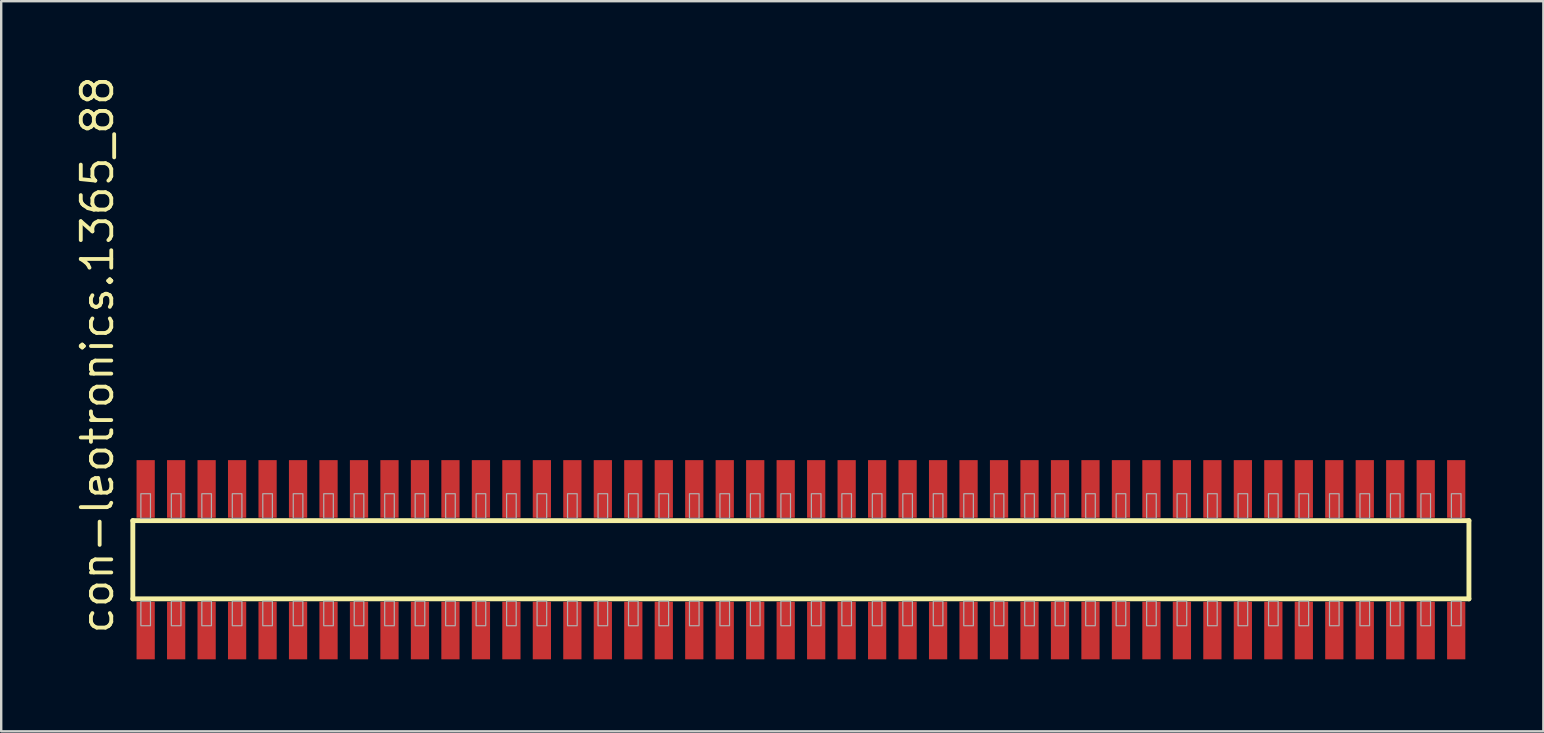
<source format=kicad_pcb>
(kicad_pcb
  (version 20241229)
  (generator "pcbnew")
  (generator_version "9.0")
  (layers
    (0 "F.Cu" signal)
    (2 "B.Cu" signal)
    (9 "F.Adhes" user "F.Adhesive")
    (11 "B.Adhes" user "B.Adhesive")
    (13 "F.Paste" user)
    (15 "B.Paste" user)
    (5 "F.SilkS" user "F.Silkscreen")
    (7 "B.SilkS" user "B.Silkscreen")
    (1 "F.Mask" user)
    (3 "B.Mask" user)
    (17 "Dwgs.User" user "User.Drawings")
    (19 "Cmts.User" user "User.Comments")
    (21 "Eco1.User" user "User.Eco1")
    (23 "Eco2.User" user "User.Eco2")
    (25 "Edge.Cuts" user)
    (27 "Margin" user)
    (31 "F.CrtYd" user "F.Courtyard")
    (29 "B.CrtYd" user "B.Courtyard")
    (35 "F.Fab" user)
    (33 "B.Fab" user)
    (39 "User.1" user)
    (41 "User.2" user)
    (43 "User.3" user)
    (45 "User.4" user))
  (footprint "con-leotronics.1365_88"
    (layer "F.Cu")
    (at 30.325 20.274)
    (property "Reference" "con-leotronics.1365_88" (at -28.575 3.175 90) (layer "F.SilkS") (effects (font (size 1.27 1.27) (thickness 0.16)) (justify left bottom)))
    (attr smd)
    (fp_line (start -27.84 -1.63) (end 27.835 -1.63) (stroke (width 0.203) (type default)) (layer "F.SilkS"))
    (fp_line (start -27.84 1.63) (end -27.84 -1.63) (stroke (width 0.203) (type default)) (layer "F.SilkS"))
    (fp_line (start 27.835 -1.63) (end 27.835 1.63) (stroke (width 0.203) (type default)) (layer "F.SilkS"))
    (fp_line (start 27.835 1.63) (end -27.84 1.63) (stroke (width 0.203) (type default)) (layer "F.SilkS"))
    (fp_rect (start -27.505 -1.725) (end -27.105 -2.75) (stroke (width 0.05) (type default)) (fill no) (layer "F.Fab"))
    (fp_rect (start -27.505 2.75) (end -27.105 1.725) (stroke (width 0.05) (type default)) (fill no) (layer "F.Fab"))
    (fp_rect (start -26.235 -1.725) (end -25.835 -2.75) (stroke (width 0.05) (type default)) (fill no) (layer "F.Fab"))
    (fp_rect (start -26.235 2.75) (end -25.835 1.725) (stroke (width 0.05) (type default)) (fill no) (layer "F.Fab"))
    (fp_rect (start -24.965 -1.725) (end -24.565 -2.75) (stroke (width 0.05) (type default)) (fill no) (layer "F.Fab"))
    (fp_rect (start -24.965 2.75) (end -24.565 1.725) (stroke (width 0.05) (type default)) (fill no) (layer "F.Fab"))
    (fp_rect (start -23.695 -1.725) (end -23.295 -2.75) (stroke (width 0.05) (type default)) (fill no) (layer "F.Fab"))
    (fp_rect (start -23.695 2.75) (end -23.295 1.725) (stroke (width 0.05) (type default)) (fill no) (layer "F.Fab"))
    (fp_rect (start -22.425 -1.725) (end -22.025 -2.75) (stroke (width 0.05) (type default)) (fill no) (layer "F.Fab"))
    (fp_rect (start -22.425 2.75) (end -22.025 1.725) (stroke (width 0.05) (type default)) (fill no) (layer "F.Fab"))
    (fp_rect (start -21.155 -1.725) (end -20.755 -2.75) (stroke (width 0.05) (type default)) (fill no) (layer "F.Fab"))
    (fp_rect (start -21.155 2.75) (end -20.755 1.725) (stroke (width 0.05) (type default)) (fill no) (layer "F.Fab"))
    (fp_rect (start -19.885 -1.725) (end -19.485 -2.75) (stroke (width 0.05) (type default)) (fill no) (layer "F.Fab"))
    (fp_rect (start -19.885 2.75) (end -19.485 1.725) (stroke (width 0.05) (type default)) (fill no) (layer "F.Fab"))
    (fp_rect (start -18.615 -1.725) (end -18.215 -2.75) (stroke (width 0.05) (type default)) (fill no) (layer "F.Fab"))
    (fp_rect (start -18.615 2.75) (end -18.215 1.725) (stroke (width 0.05) (type default)) (fill no) (layer "F.Fab"))
    (fp_rect (start -17.345 -1.725) (end -16.945 -2.75) (stroke (width 0.05) (type default)) (fill no) (layer "F.Fab"))
    (fp_rect (start -17.345 2.75) (end -16.945 1.725) (stroke (width 0.05) (type default)) (fill no) (layer "F.Fab"))
    (fp_rect (start -16.075 -1.725) (end -15.675 -2.75) (stroke (width 0.05) (type default)) (fill no) (layer "F.Fab"))
    (fp_rect (start -16.075 2.75) (end -15.675 1.725) (stroke (width 0.05) (type default)) (fill no) (layer "F.Fab"))
    (fp_rect (start -14.805 -1.725) (end -14.405 -2.75) (stroke (width 0.05) (type default)) (fill no) (layer "F.Fab"))
    (fp_rect (start -14.805 2.75) (end -14.405 1.725) (stroke (width 0.05) (type default)) (fill no) (layer "F.Fab"))
    (fp_rect (start -13.535 -1.725) (end -13.135 -2.75) (stroke (width 0.05) (type default)) (fill no) (layer "F.Fab"))
    (fp_rect (start -13.535 2.75) (end -13.135 1.725) (stroke (width 0.05) (type default)) (fill no) (layer "F.Fab"))
    (fp_rect (start -12.265 -1.725) (end -11.865 -2.75) (stroke (width 0.05) (type default)) (fill no) (layer "F.Fab"))
    (fp_rect (start -12.265 2.75) (end -11.865 1.725) (stroke (width 0.05) (type default)) (fill no) (layer "F.Fab"))
    (fp_rect (start -10.995 -1.725) (end -10.595 -2.75) (stroke (width 0.05) (type default)) (fill no) (layer "F.Fab"))
    (fp_rect (start -10.995 2.75) (end -10.595 1.725) (stroke (width 0.05) (type default)) (fill no) (layer "F.Fab"))
    (fp_rect (start -9.725 -1.725) (end -9.325 -2.75) (stroke (width 0.05) (type default)) (fill no) (layer "F.Fab"))
    (fp_rect (start -9.725 2.75) (end -9.325 1.725) (stroke (width 0.05) (type default)) (fill no) (layer "F.Fab"))
    (fp_rect (start -8.455 -1.725) (end -8.055 -2.75) (stroke (width 0.05) (type default)) (fill no) (layer "F.Fab"))
    (fp_rect (start -8.455 2.75) (end -8.055 1.725) (stroke (width 0.05) (type default)) (fill no) (layer "F.Fab"))
    (fp_rect (start -7.185 -1.725) (end -6.785 -2.75) (stroke (width 0.05) (type default)) (fill no) (layer "F.Fab"))
    (fp_rect (start -7.185 2.75) (end -6.785 1.725) (stroke (width 0.05) (type default)) (fill no) (layer "F.Fab"))
    (fp_rect (start -5.915 -1.725) (end -5.515 -2.75) (stroke (width 0.05) (type default)) (fill no) (layer "F.Fab"))
    (fp_rect (start -5.915 2.75) (end -5.515 1.725) (stroke (width 0.05) (type default)) (fill no) (layer "F.Fab"))
    (fp_rect (start -4.645 -1.725) (end -4.245 -2.75) (stroke (width 0.05) (type default)) (fill no) (layer "F.Fab"))
    (fp_rect (start -4.645 2.75) (end -4.245 1.725) (stroke (width 0.05) (type default)) (fill no) (layer "F.Fab"))
    (fp_rect (start -3.375 -1.725) (end -2.975 -2.75) (stroke (width 0.05) (type default)) (fill no) (layer "F.Fab"))
    (fp_rect (start -3.375 2.75) (end -2.975 1.725) (stroke (width 0.05) (type default)) (fill no) (layer "F.Fab"))
    (fp_rect (start -2.105 -1.725) (end -1.705 -2.75) (stroke (width 0.05) (type default)) (fill no) (layer "F.Fab"))
    (fp_rect (start -2.105 2.75) (end -1.705 1.725) (stroke (width 0.05) (type default)) (fill no) (layer "F.Fab"))
    (fp_rect (start -0.835 -1.725) (end -0.435 -2.75) (stroke (width 0.05) (type default)) (fill no) (layer "F.Fab"))
    (fp_rect (start -0.835 2.75) (end -0.435 1.725) (stroke (width 0.05) (type default)) (fill no) (layer "F.Fab"))
    (fp_rect (start 0.435 -1.725) (end 0.835 -2.75) (stroke (width 0.05) (type default)) (fill no) (layer "F.Fab"))
    (fp_rect (start 0.435 2.75) (end 0.835 1.725) (stroke (width 0.05) (type default)) (fill no) (layer "F.Fab"))
    (fp_rect (start 1.705 -1.725) (end 2.105 -2.75) (stroke (width 0.05) (type default)) (fill no) (layer "F.Fab"))
    (fp_rect (start 1.705 2.75) (end 2.105 1.725) (stroke (width 0.05) (type default)) (fill no) (layer "F.Fab"))
    (fp_rect (start 2.975 -1.725) (end 3.375 -2.75) (stroke (width 0.05) (type default)) (fill no) (layer "F.Fab"))
    (fp_rect (start 2.975 2.75) (end 3.375 1.725) (stroke (width 0.05) (type default)) (fill no) (layer "F.Fab"))
    (fp_rect (start 4.245 -1.725) (end 4.645 -2.75) (stroke (width 0.05) (type default)) (fill no) (layer "F.Fab"))
    (fp_rect (start 4.245 2.75) (end 4.645 1.725) (stroke (width 0.05) (type default)) (fill no) (layer "F.Fab"))
    (fp_rect (start 5.515 -1.725) (end 5.915 -2.75) (stroke (width 0.05) (type default)) (fill no) (layer "F.Fab"))
    (fp_rect (start 5.515 2.75) (end 5.915 1.725) (stroke (width 0.05) (type default)) (fill no) (layer "F.Fab"))
    (fp_rect (start 6.785 -1.725) (end 7.185 -2.75) (stroke (width 0.05) (type default)) (fill no) (layer "F.Fab"))
    (fp_rect (start 6.785 2.75) (end 7.185 1.725) (stroke (width 0.05) (type default)) (fill no) (layer "F.Fab"))
    (fp_rect (start 8.055 -1.725) (end 8.455 -2.75) (stroke (width 0.05) (type default)) (fill no) (layer "F.Fab"))
    (fp_rect (start 8.055 2.75) (end 8.455 1.725) (stroke (width 0.05) (type default)) (fill no) (layer "F.Fab"))
    (fp_rect (start 9.325 -1.725) (end 9.725 -2.75) (stroke (width 0.05) (type default)) (fill no) (layer "F.Fab"))
    (fp_rect (start 9.325 2.75) (end 9.725 1.725) (stroke (width 0.05) (type default)) (fill no) (layer "F.Fab"))
    (fp_rect (start 10.595 -1.725) (end 10.995 -2.75) (stroke (width 0.05) (type default)) (fill no) (layer "F.Fab"))
    (fp_rect (start 10.595 2.75) (end 10.995 1.725) (stroke (width 0.05) (type default)) (fill no) (layer "F.Fab"))
    (fp_rect (start 11.865 -1.725) (end 12.265 -2.75) (stroke (width 0.05) (type default)) (fill no) (layer "F.Fab"))
    (fp_rect (start 11.865 2.75) (end 12.265 1.725) (stroke (width 0.05) (type default)) (fill no) (layer "F.Fab"))
    (fp_rect (start 13.135 -1.725) (end 13.535 -2.75) (stroke (width 0.05) (type default)) (fill no) (layer "F.Fab"))
    (fp_rect (start 13.135 2.75) (end 13.535 1.725) (stroke (width 0.05) (type default)) (fill no) (layer "F.Fab"))
    (fp_rect (start 14.405 -1.725) (end 14.805 -2.75) (stroke (width 0.05) (type default)) (fill no) (layer "F.Fab"))
    (fp_rect (start 14.405 2.75) (end 14.805 1.725) (stroke (width 0.05) (type default)) (fill no) (layer "F.Fab"))
    (fp_rect (start 15.675 -1.725) (end 16.075 -2.75) (stroke (width 0.05) (type default)) (fill no) (layer "F.Fab"))
    (fp_rect (start 15.675 2.75) (end 16.075 1.725) (stroke (width 0.05) (type default)) (fill no) (layer "F.Fab"))
    (fp_rect (start 16.945 -1.725) (end 17.345 -2.75) (stroke (width 0.05) (type default)) (fill no) (layer "F.Fab"))
    (fp_rect (start 16.945 2.75) (end 17.345 1.725) (stroke (width 0.05) (type default)) (fill no) (layer "F.Fab"))
    (fp_rect (start 18.215 -1.725) (end 18.615 -2.75) (stroke (width 0.05) (type default)) (fill no) (layer "F.Fab"))
    (fp_rect (start 18.215 2.75) (end 18.615 1.725) (stroke (width 0.05) (type default)) (fill no) (layer "F.Fab"))
    (fp_rect (start 19.485 -1.725) (end 19.885 -2.75) (stroke (width 0.05) (type default)) (fill no) (layer "F.Fab"))
    (fp_rect (start 19.485 2.75) (end 19.885 1.725) (stroke (width 0.05) (type default)) (fill no) (layer "F.Fab"))
    (fp_rect (start 20.755 -1.725) (end 21.155 -2.75) (stroke (width 0.05) (type default)) (fill no) (layer "F.Fab"))
    (fp_rect (start 20.755 2.75) (end 21.155 1.725) (stroke (width 0.05) (type default)) (fill no) (layer "F.Fab"))
    (fp_rect (start 22.025 -1.725) (end 22.425 -2.75) (stroke (width 0.05) (type default)) (fill no) (layer "F.Fab"))
    (fp_rect (start 22.025 2.75) (end 22.425 1.725) (stroke (width 0.05) (type default)) (fill no) (layer "F.Fab"))
    (fp_rect (start 23.295 -1.725) (end 23.695 -2.75) (stroke (width 0.05) (type default)) (fill no) (layer "F.Fab"))
    (fp_rect (start 23.295 2.75) (end 23.695 1.725) (stroke (width 0.05) (type default)) (fill no) (layer "F.Fab"))
    (fp_rect (start 24.565 -1.725) (end 24.965 -2.75) (stroke (width 0.05) (type default)) (fill no) (layer "F.Fab"))
    (fp_rect (start 24.565 2.75) (end 24.965 1.725) (stroke (width 0.05) (type default)) (fill no) (layer "F.Fab"))
    (fp_rect (start 25.835 -1.725) (end 26.235 -2.75) (stroke (width 0.05) (type default)) (fill no) (layer "F.Fab"))
    (fp_rect (start 25.835 2.75) (end 26.235 1.725) (stroke (width 0.05) (type default)) (fill no) (layer "F.Fab"))
    (fp_rect (start 27.105 -1.725) (end 27.505 -2.75) (stroke (width 0.05) (type default)) (fill no) (layer "F.Fab"))
    (fp_rect (start 27.105 2.75) (end 27.505 1.725) (stroke (width 0.05) (type default)) (fill no) (layer "F.Fab"))
    (pad "1" smd roundrect (at -27.305 2.95) (size 0.76 2.4) (layers "F.Cu" "F.Mask" "F.Paste") (roundrect_rratio 0.01))
    (pad "2" smd roundrect (at -27.305 -2.95) (size 0.76 2.4) (layers "F.Cu" "F.Mask" "F.Paste") (roundrect_rratio 0.01))
    (pad "3" smd roundrect (at -26.035 2.95) (size 0.76 2.4) (layers "F.Cu" "F.Mask" "F.Paste") (roundrect_rratio 0.01))
    (pad "4" smd roundrect (at -26.035 -2.95) (size 0.76 2.4) (layers "F.Cu" "F.Mask" "F.Paste") (roundrect_rratio 0.01))
    (pad "5" smd roundrect (at -24.765 2.95) (size 0.76 2.4) (layers "F.Cu" "F.Mask" "F.Paste") (roundrect_rratio 0.01))
    (pad "6" smd roundrect (at -24.765 -2.95) (size 0.76 2.4) (layers "F.Cu" "F.Mask" "F.Paste") (roundrect_rratio 0.01))
    (pad "7" smd roundrect (at -23.495 2.95) (size 0.76 2.4) (layers "F.Cu" "F.Mask" "F.Paste") (roundrect_rratio 0.01))
    (pad "8" smd roundrect (at -23.495 -2.95) (size 0.76 2.4) (layers "F.Cu" "F.Mask" "F.Paste") (roundrect_rratio 0.01))
    (pad "9" smd roundrect (at -22.225 2.95) (size 0.76 2.4) (layers "F.Cu" "F.Mask" "F.Paste") (roundrect_rratio 0.01))
    (pad "10" smd roundrect (at -22.225 -2.95) (size 0.76 2.4) (layers "F.Cu" "F.Mask" "F.Paste") (roundrect_rratio 0.01))
    (pad "11" smd roundrect (at -20.955 2.95) (size 0.76 2.4) (layers "F.Cu" "F.Mask" "F.Paste") (roundrect_rratio 0.01))
    (pad "12" smd roundrect (at -20.955 -2.95) (size 0.76 2.4) (layers "F.Cu" "F.Mask" "F.Paste") (roundrect_rratio 0.01))
    (pad "13" smd roundrect (at -19.685 2.95) (size 0.76 2.4) (layers "F.Cu" "F.Mask" "F.Paste") (roundrect_rratio 0.01))
    (pad "14" smd roundrect (at -19.685 -2.95) (size 0.76 2.4) (layers "F.Cu" "F.Mask" "F.Paste") (roundrect_rratio 0.01))
    (pad "15" smd roundrect (at -18.415 2.95) (size 0.76 2.4) (layers "F.Cu" "F.Mask" "F.Paste") (roundrect_rratio 0.01))
    (pad "16" smd roundrect (at -18.415 -2.95) (size 0.76 2.4) (layers "F.Cu" "F.Mask" "F.Paste") (roundrect_rratio 0.01))
    (pad "17" smd roundrect (at -17.145 2.95) (size 0.76 2.4) (layers "F.Cu" "F.Mask" "F.Paste") (roundrect_rratio 0.01))
    (pad "18" smd roundrect (at -17.145 -2.95) (size 0.76 2.4) (layers "F.Cu" "F.Mask" "F.Paste") (roundrect_rratio 0.01))
    (pad "19" smd roundrect (at -15.875 2.95) (size 0.76 2.4) (layers "F.Cu" "F.Mask" "F.Paste") (roundrect_rratio 0.01))
    (pad "20" smd roundrect (at -15.875 -2.95) (size 0.76 2.4) (layers "F.Cu" "F.Mask" "F.Paste") (roundrect_rratio 0.01))
    (pad "21" smd roundrect (at -14.605 2.95) (size 0.76 2.4) (layers "F.Cu" "F.Mask" "F.Paste") (roundrect_rratio 0.01))
    (pad "22" smd roundrect (at -14.605 -2.95) (size 0.76 2.4) (layers "F.Cu" "F.Mask" "F.Paste") (roundrect_rratio 0.01))
    (pad "23" smd roundrect (at -13.335 2.95) (size 0.76 2.4) (layers "F.Cu" "F.Mask" "F.Paste") (roundrect_rratio 0.01))
    (pad "24" smd roundrect (at -13.335 -2.95) (size 0.76 2.4) (layers "F.Cu" "F.Mask" "F.Paste") (roundrect_rratio 0.01))
    (pad "25" smd roundrect (at -12.065 2.95) (size 0.76 2.4) (layers "F.Cu" "F.Mask" "F.Paste") (roundrect_rratio 0.01))
    (pad "26" smd roundrect (at -12.065 -2.95) (size 0.76 2.4) (layers "F.Cu" "F.Mask" "F.Paste") (roundrect_rratio 0.01))
    (pad "27" smd roundrect (at -10.795 2.95) (size 0.76 2.4) (layers "F.Cu" "F.Mask" "F.Paste") (roundrect_rratio 0.01))
    (pad "28" smd roundrect (at -10.795 -2.95) (size 0.76 2.4) (layers "F.Cu" "F.Mask" "F.Paste") (roundrect_rratio 0.01))
    (pad "29" smd roundrect (at -9.525 2.95) (size 0.76 2.4) (layers "F.Cu" "F.Mask" "F.Paste") (roundrect_rratio 0.01))
    (pad "30" smd roundrect (at -9.525 -2.95) (size 0.76 2.4) (layers "F.Cu" "F.Mask" "F.Paste") (roundrect_rratio 0.01))
    (pad "31" smd roundrect (at -8.255 2.95) (size 0.76 2.4) (layers "F.Cu" "F.Mask" "F.Paste") (roundrect_rratio 0.01))
    (pad "32" smd roundrect (at -8.255 -2.95) (size 0.76 2.4) (layers "F.Cu" "F.Mask" "F.Paste") (roundrect_rratio 0.01))
    (pad "33" smd roundrect (at -6.985 2.95) (size 0.76 2.4) (layers "F.Cu" "F.Mask" "F.Paste") (roundrect_rratio 0.01))
    (pad "34" smd roundrect (at -6.985 -2.95) (size 0.76 2.4) (layers "F.Cu" "F.Mask" "F.Paste") (roundrect_rratio 0.01))
    (pad "35" smd roundrect (at -5.715 2.95) (size 0.76 2.4) (layers "F.Cu" "F.Mask" "F.Paste") (roundrect_rratio 0.01))
    (pad "36" smd roundrect (at -5.715 -2.95) (size 0.76 2.4) (layers "F.Cu" "F.Mask" "F.Paste") (roundrect_rratio 0.01))
    (pad "37" smd roundrect (at -4.445 2.95) (size 0.76 2.4) (layers "F.Cu" "F.Mask" "F.Paste") (roundrect_rratio 0.01))
    (pad "38" smd roundrect (at -4.445 -2.95) (size 0.76 2.4) (layers "F.Cu" "F.Mask" "F.Paste") (roundrect_rratio 0.01))
    (pad "39" smd roundrect (at -3.175 2.95) (size 0.76 2.4) (layers "F.Cu" "F.Mask" "F.Paste") (roundrect_rratio 0.01))
    (pad "40" smd roundrect (at -3.175 -2.95) (size 0.76 2.4) (layers "F.Cu" "F.Mask" "F.Paste") (roundrect_rratio 0.01))
    (pad "41" smd roundrect (at -1.905 2.95) (size 0.76 2.4) (layers "F.Cu" "F.Mask" "F.Paste") (roundrect_rratio 0.01))
    (pad "42" smd roundrect (at -1.905 -2.95) (size 0.76 2.4) (layers "F.Cu" "F.Mask" "F.Paste") (roundrect_rratio 0.01))
    (pad "43" smd roundrect (at -0.635 2.95) (size 0.76 2.4) (layers "F.Cu" "F.Mask" "F.Paste") (roundrect_rratio 0.01))
    (pad "44" smd roundrect (at -0.635 -2.95) (size 0.76 2.4) (layers "F.Cu" "F.Mask" "F.Paste") (roundrect_rratio 0.01))
    (pad "45" smd roundrect (at 0.635 2.95) (size 0.76 2.4) (layers "F.Cu" "F.Mask" "F.Paste") (roundrect_rratio 0.01))
    (pad "46" smd roundrect (at 0.635 -2.95) (size 0.76 2.4) (layers "F.Cu" "F.Mask" "F.Paste") (roundrect_rratio 0.01))
    (pad "47" smd roundrect (at 1.905 2.95) (size 0.76 2.4) (layers "F.Cu" "F.Mask" "F.Paste") (roundrect_rratio 0.01))
    (pad "48" smd roundrect (at 1.905 -2.95) (size 0.76 2.4) (layers "F.Cu" "F.Mask" "F.Paste") (roundrect_rratio 0.01))
    (pad "49" smd roundrect (at 3.175 2.95) (size 0.76 2.4) (layers "F.Cu" "F.Mask" "F.Paste") (roundrect_rratio 0.01))
    (pad "50" smd roundrect (at 3.175 -2.95) (size 0.76 2.4) (layers "F.Cu" "F.Mask" "F.Paste") (roundrect_rratio 0.01))
    (pad "51" smd roundrect (at 4.445 2.95) (size 0.76 2.4) (layers "F.Cu" "F.Mask" "F.Paste") (roundrect_rratio 0.01))
    (pad "52" smd roundrect (at 4.445 -2.95) (size 0.76 2.4) (layers "F.Cu" "F.Mask" "F.Paste") (roundrect_rratio 0.01))
    (pad "53" smd roundrect (at 5.715 2.95) (size 0.76 2.4) (layers "F.Cu" "F.Mask" "F.Paste") (roundrect_rratio 0.01))
    (pad "54" smd roundrect (at 5.715 -2.95) (size 0.76 2.4) (layers "F.Cu" "F.Mask" "F.Paste") (roundrect_rratio 0.01))
    (pad "55" smd roundrect (at 6.985 2.95) (size 0.76 2.4) (layers "F.Cu" "F.Mask" "F.Paste") (roundrect_rratio 0.01))
    (pad "56" smd roundrect (at 6.985 -2.95) (size 0.76 2.4) (layers "F.Cu" "F.Mask" "F.Paste") (roundrect_rratio 0.01))
    (pad "57" smd roundrect (at 8.255 2.95) (size 0.76 2.4) (layers "F.Cu" "F.Mask" "F.Paste") (roundrect_rratio 0.01))
    (pad "58" smd roundrect (at 8.255 -2.95) (size 0.76 2.4) (layers "F.Cu" "F.Mask" "F.Paste") (roundrect_rratio 0.01))
    (pad "59" smd roundrect (at 9.525 2.95) (size 0.76 2.4) (layers "F.Cu" "F.Mask" "F.Paste") (roundrect_rratio 0.01))
    (pad "60" smd roundrect (at 9.525 -2.95) (size 0.76 2.4) (layers "F.Cu" "F.Mask" "F.Paste") (roundrect_rratio 0.01))
    (pad "61" smd roundrect (at 10.795 2.95) (size 0.76 2.4) (layers "F.Cu" "F.Mask" "F.Paste") (roundrect_rratio 0.01))
    (pad "62" smd roundrect (at 10.795 -2.95) (size 0.76 2.4) (layers "F.Cu" "F.Mask" "F.Paste") (roundrect_rratio 0.01))
    (pad "63" smd roundrect (at 12.065 2.95) (size 0.76 2.4) (layers "F.Cu" "F.Mask" "F.Paste") (roundrect_rratio 0.01))
    (pad "64" smd roundrect (at 12.065 -2.95) (size 0.76 2.4) (layers "F.Cu" "F.Mask" "F.Paste") (roundrect_rratio 0.01))
    (pad "65" smd roundrect (at 13.335 2.95) (size 0.76 2.4) (layers "F.Cu" "F.Mask" "F.Paste") (roundrect_rratio 0.01))
    (pad "66" smd roundrect (at 13.335 -2.95) (size 0.76 2.4) (layers "F.Cu" "F.Mask" "F.Paste") (roundrect_rratio 0.01))
    (pad "67" smd roundrect (at 14.605 2.95) (size 0.76 2.4) (layers "F.Cu" "F.Mask" "F.Paste") (roundrect_rratio 0.01))
    (pad "68" smd roundrect (at 14.605 -2.95) (size 0.76 2.4) (layers "F.Cu" "F.Mask" "F.Paste") (roundrect_rratio 0.01))
    (pad "69" smd roundrect (at 15.875 2.95) (size 0.76 2.4) (layers "F.Cu" "F.Mask" "F.Paste") (roundrect_rratio 0.01))
    (pad "70" smd roundrect (at 15.875 -2.95) (size 0.76 2.4) (layers "F.Cu" "F.Mask" "F.Paste") (roundrect_rratio 0.01))
    (pad "71" smd roundrect (at 17.145 2.95) (size 0.76 2.4) (layers "F.Cu" "F.Mask" "F.Paste") (roundrect_rratio 0.01))
    (pad "72" smd roundrect (at 17.145 -2.95) (size 0.76 2.4) (layers "F.Cu" "F.Mask" "F.Paste") (roundrect_rratio 0.01))
    (pad "73" smd roundrect (at 18.415 2.95) (size 0.76 2.4) (layers "F.Cu" "F.Mask" "F.Paste") (roundrect_rratio 0.01))
    (pad "74" smd roundrect (at 18.415 -2.95) (size 0.76 2.4) (layers "F.Cu" "F.Mask" "F.Paste") (roundrect_rratio 0.01))
    (pad "75" smd roundrect (at 19.685 2.95) (size 0.76 2.4) (layers "F.Cu" "F.Mask" "F.Paste") (roundrect_rratio 0.01))
    (pad "76" smd roundrect (at 19.685 -2.95) (size 0.76 2.4) (layers "F.Cu" "F.Mask" "F.Paste") (roundrect_rratio 0.01))
    (pad "77" smd roundrect (at 20.955 2.95) (size 0.76 2.4) (layers "F.Cu" "F.Mask" "F.Paste") (roundrect_rratio 0.01))
    (pad "78" smd roundrect (at 20.955 -2.95) (size 0.76 2.4) (layers "F.Cu" "F.Mask" "F.Paste") (roundrect_rratio 0.01))
    (pad "79" smd roundrect (at 22.225 2.95) (size 0.76 2.4) (layers "F.Cu" "F.Mask" "F.Paste") (roundrect_rratio 0.01))
    (pad "80" smd roundrect (at 22.225 -2.95) (size 0.76 2.4) (layers "F.Cu" "F.Mask" "F.Paste") (roundrect_rratio 0.01))
    (pad "81" smd roundrect (at 23.495 2.95) (size 0.76 2.4) (layers "F.Cu" "F.Mask" "F.Paste") (roundrect_rratio 0.01))
    (pad "82" smd roundrect (at 23.495 -2.95) (size 0.76 2.4) (layers "F.Cu" "F.Mask" "F.Paste") (roundrect_rratio 0.01))
    (pad "83" smd roundrect (at 24.765 2.95) (size 0.76 2.4) (layers "F.Cu" "F.Mask" "F.Paste") (roundrect_rratio 0.01))
    (pad "84" smd roundrect (at 24.765 -2.95) (size 0.76 2.4) (layers "F.Cu" "F.Mask" "F.Paste") (roundrect_rratio 0.01))
    (pad "85" smd roundrect (at 26.035 2.95) (size 0.76 2.4) (layers "F.Cu" "F.Mask" "F.Paste") (roundrect_rratio 0.01))
    (pad "86" smd roundrect (at 26.035 -2.95) (size 0.76 2.4) (layers "F.Cu" "F.Mask" "F.Paste") (roundrect_rratio 0.01))
    (pad "87" smd roundrect (at 27.305 2.95) (size 0.76 2.4) (layers "F.Cu" "F.Mask" "F.Paste") (roundrect_rratio 0.01))
    (pad "88" smd roundrect (at 27.305 -2.95) (size 0.76 2.4) (layers "F.Cu" "F.Mask" "F.Paste") (roundrect_rratio 0.01)))
  (gr_rect
    (start -3 -3)
    (end 61.262 27.424)
    (stroke (width 0.1) (type default))
    (fill no)
    (layer "Edge.Cuts")))
</source>
